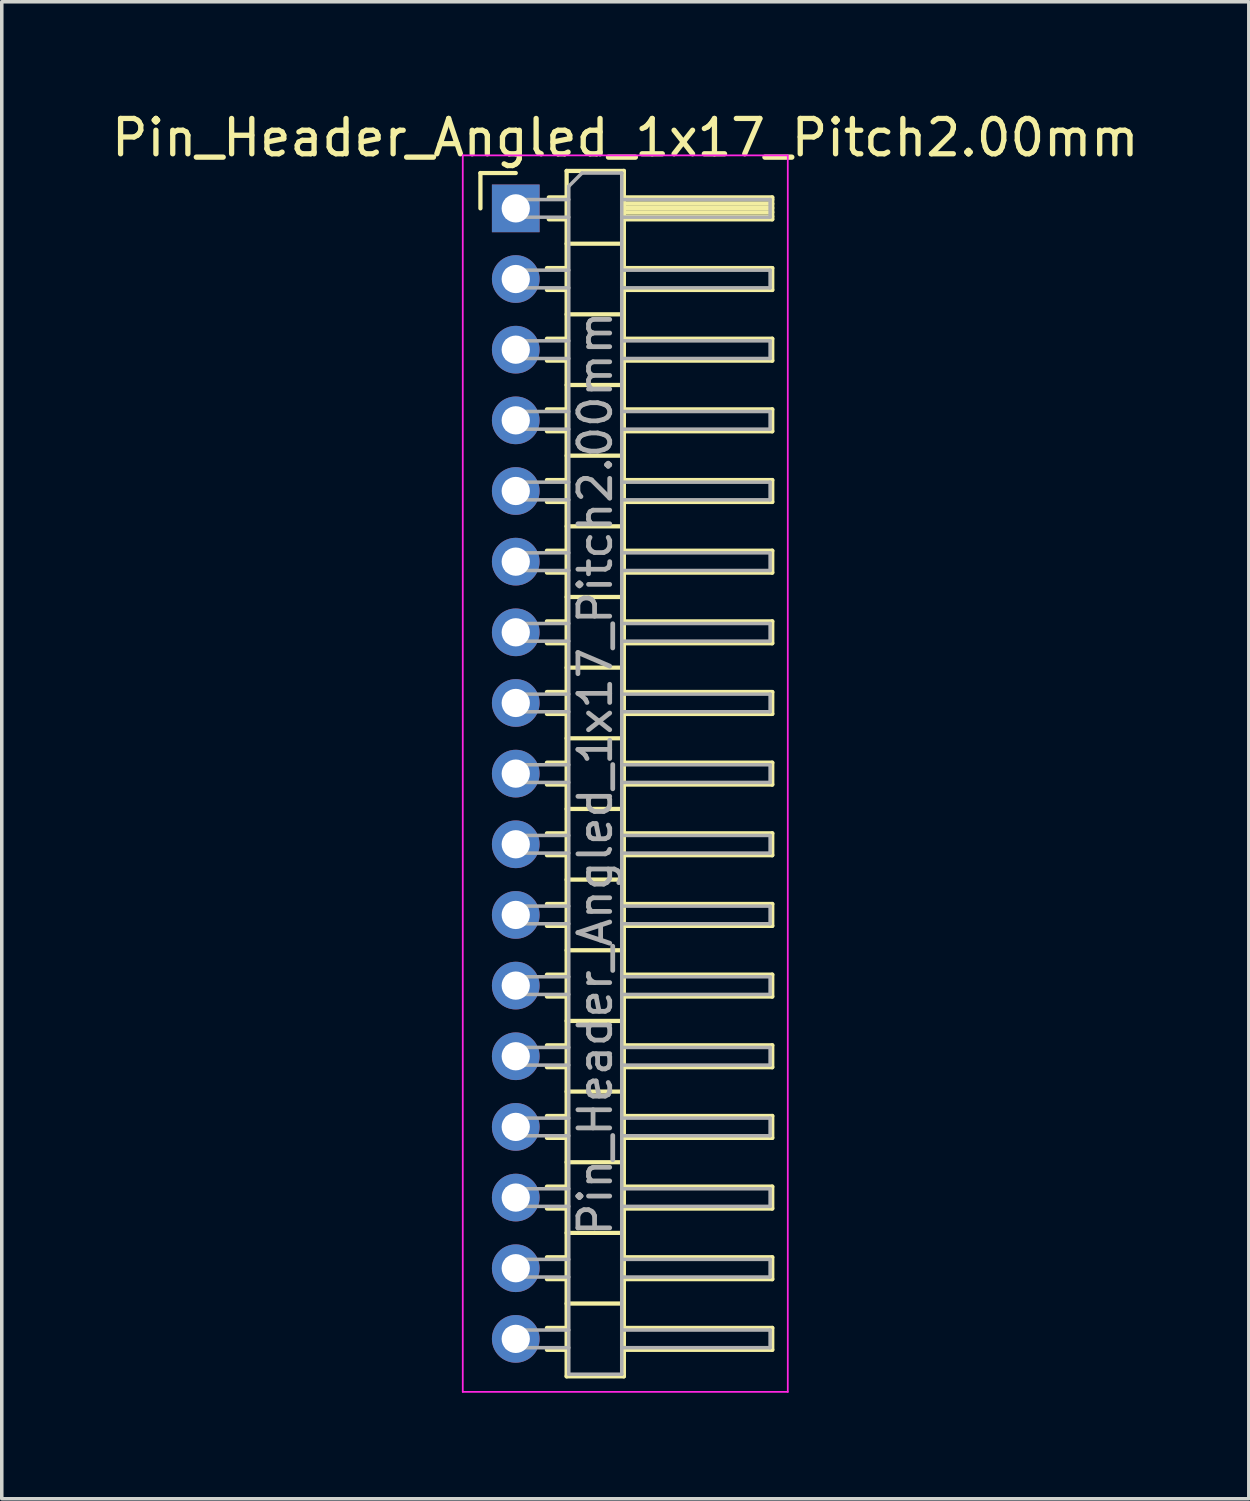
<source format=kicad_pcb>
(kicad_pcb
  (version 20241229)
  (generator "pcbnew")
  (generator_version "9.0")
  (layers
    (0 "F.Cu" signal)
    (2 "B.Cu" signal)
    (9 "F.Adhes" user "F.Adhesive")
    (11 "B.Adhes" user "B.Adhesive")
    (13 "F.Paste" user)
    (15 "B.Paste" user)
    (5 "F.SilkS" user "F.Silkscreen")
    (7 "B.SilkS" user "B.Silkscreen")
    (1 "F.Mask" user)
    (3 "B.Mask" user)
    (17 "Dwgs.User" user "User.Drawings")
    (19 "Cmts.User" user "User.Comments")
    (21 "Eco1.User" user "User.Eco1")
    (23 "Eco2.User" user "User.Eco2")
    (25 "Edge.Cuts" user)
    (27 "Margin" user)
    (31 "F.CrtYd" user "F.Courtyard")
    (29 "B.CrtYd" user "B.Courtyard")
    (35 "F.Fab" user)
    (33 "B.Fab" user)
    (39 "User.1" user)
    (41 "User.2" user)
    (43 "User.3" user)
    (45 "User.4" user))
  (footprint "Pin_Header_Angled_1x17_Pitch2.00mm"
    (layer "F.Cu")
    (at 11.549 2.848)
    (property "Reference" "Pin_Header_Angled_1x17_Pitch2.00mm" (at 3.1 -2 0) (layer "F.SilkS") (effects (font (size 1 1) (thickness 0.15))))
    (attr through_hole)
    (fp_line (start -1 -1) (end 0 -1) (stroke (width 0.12) (type solid)) (layer "F.SilkS"))
    (fp_line (start -1 0) (end -1 -1) (stroke (width 0.12) (type solid)) (layer "F.SilkS"))
    (fp_line (start 0.882 1.69) (end 1.44 1.69) (stroke (width 0.12) (type solid)) (layer "F.SilkS"))
    (fp_line (start 0.882 2.31) (end 1.44 2.31) (stroke (width 0.12) (type solid)) (layer "F.SilkS"))
    (fp_line (start 0.882 3.69) (end 1.44 3.69) (stroke (width 0.12) (type solid)) (layer "F.SilkS"))
    (fp_line (start 0.882 4.31) (end 1.44 4.31) (stroke (width 0.12) (type solid)) (layer "F.SilkS"))
    (fp_line (start 0.882 5.69) (end 1.44 5.69) (stroke (width 0.12) (type solid)) (layer "F.SilkS"))
    (fp_line (start 0.882 6.31) (end 1.44 6.31) (stroke (width 0.12) (type solid)) (layer "F.SilkS"))
    (fp_line (start 0.882 7.69) (end 1.44 7.69) (stroke (width 0.12) (type solid)) (layer "F.SilkS"))
    (fp_line (start 0.882 8.31) (end 1.44 8.31) (stroke (width 0.12) (type solid)) (layer "F.SilkS"))
    (fp_line (start 0.882 9.69) (end 1.44 9.69) (stroke (width 0.12) (type solid)) (layer "F.SilkS"))
    (fp_line (start 0.882 10.31) (end 1.44 10.31) (stroke (width 0.12) (type solid)) (layer "F.SilkS"))
    (fp_line (start 0.882 11.69) (end 1.44 11.69) (stroke (width 0.12) (type solid)) (layer "F.SilkS"))
    (fp_line (start 0.882 12.31) (end 1.44 12.31) (stroke (width 0.12) (type solid)) (layer "F.SilkS"))
    (fp_line (start 0.882 13.69) (end 1.44 13.69) (stroke (width 0.12) (type solid)) (layer "F.SilkS"))
    (fp_line (start 0.882 14.31) (end 1.44 14.31) (stroke (width 0.12) (type solid)) (layer "F.SilkS"))
    (fp_line (start 0.882 15.69) (end 1.44 15.69) (stroke (width 0.12) (type solid)) (layer "F.SilkS"))
    (fp_line (start 0.882 16.31) (end 1.44 16.31) (stroke (width 0.12) (type solid)) (layer "F.SilkS"))
    (fp_line (start 0.882 17.69) (end 1.44 17.69) (stroke (width 0.12) (type solid)) (layer "F.SilkS"))
    (fp_line (start 0.882 18.31) (end 1.44 18.31) (stroke (width 0.12) (type solid)) (layer "F.SilkS"))
    (fp_line (start 0.882 19.69) (end 1.44 19.69) (stroke (width 0.12) (type solid)) (layer "F.SilkS"))
    (fp_line (start 0.882 20.31) (end 1.44 20.31) (stroke (width 0.12) (type solid)) (layer "F.SilkS"))
    (fp_line (start 0.882 21.69) (end 1.44 21.69) (stroke (width 0.12) (type solid)) (layer "F.SilkS"))
    (fp_line (start 0.882 22.31) (end 1.44 22.31) (stroke (width 0.12) (type solid)) (layer "F.SilkS"))
    (fp_line (start 0.882 23.69) (end 1.44 23.69) (stroke (width 0.12) (type solid)) (layer "F.SilkS"))
    (fp_line (start 0.882 24.31) (end 1.44 24.31) (stroke (width 0.12) (type solid)) (layer "F.SilkS"))
    (fp_line (start 0.882 25.69) (end 1.44 25.69) (stroke (width 0.12) (type solid)) (layer "F.SilkS"))
    (fp_line (start 0.882 26.31) (end 1.44 26.31) (stroke (width 0.12) (type solid)) (layer "F.SilkS"))
    (fp_line (start 0.882 27.69) (end 1.44 27.69) (stroke (width 0.12) (type solid)) (layer "F.SilkS"))
    (fp_line (start 0.882 28.31) (end 1.44 28.31) (stroke (width 0.12) (type solid)) (layer "F.SilkS"))
    (fp_line (start 0.882 29.69) (end 1.44 29.69) (stroke (width 0.12) (type solid)) (layer "F.SilkS"))
    (fp_line (start 0.882 30.31) (end 1.44 30.31) (stroke (width 0.12) (type solid)) (layer "F.SilkS"))
    (fp_line (start 0.882 31.69) (end 1.44 31.69) (stroke (width 0.12) (type solid)) (layer "F.SilkS"))
    (fp_line (start 0.882 32.31) (end 1.44 32.31) (stroke (width 0.12) (type solid)) (layer "F.SilkS"))
    (fp_line (start 0.935 -0.31) (end 1.44 -0.31) (stroke (width 0.12) (type solid)) (layer "F.SilkS"))
    (fp_line (start 0.935 0.31) (end 1.44 0.31) (stroke (width 0.12) (type solid)) (layer "F.SilkS"))
    (fp_line (start 1.44 -1.06) (end 1.44 33.06) (stroke (width 0.12) (type solid)) (layer "F.SilkS"))
    (fp_line (start 1.44 1) (end 3.06 1) (stroke (width 0.12) (type solid)) (layer "F.SilkS"))
    (fp_line (start 1.44 3) (end 3.06 3) (stroke (width 0.12) (type solid)) (layer "F.SilkS"))
    (fp_line (start 1.44 5) (end 3.06 5) (stroke (width 0.12) (type solid)) (layer "F.SilkS"))
    (fp_line (start 1.44 7) (end 3.06 7) (stroke (width 0.12) (type solid)) (layer "F.SilkS"))
    (fp_line (start 1.44 9) (end 3.06 9) (stroke (width 0.12) (type solid)) (layer "F.SilkS"))
    (fp_line (start 1.44 11) (end 3.06 11) (stroke (width 0.12) (type solid)) (layer "F.SilkS"))
    (fp_line (start 1.44 13) (end 3.06 13) (stroke (width 0.12) (type solid)) (layer "F.SilkS"))
    (fp_line (start 1.44 15) (end 3.06 15) (stroke (width 0.12) (type solid)) (layer "F.SilkS"))
    (fp_line (start 1.44 17) (end 3.06 17) (stroke (width 0.12) (type solid)) (layer "F.SilkS"))
    (fp_line (start 1.44 19) (end 3.06 19) (stroke (width 0.12) (type solid)) (layer "F.SilkS"))
    (fp_line (start 1.44 21) (end 3.06 21) (stroke (width 0.12) (type solid)) (layer "F.SilkS"))
    (fp_line (start 1.44 23) (end 3.06 23) (stroke (width 0.12) (type solid)) (layer "F.SilkS"))
    (fp_line (start 1.44 25) (end 3.06 25) (stroke (width 0.12) (type solid)) (layer "F.SilkS"))
    (fp_line (start 1.44 27) (end 3.06 27) (stroke (width 0.12) (type solid)) (layer "F.SilkS"))
    (fp_line (start 1.44 29) (end 3.06 29) (stroke (width 0.12) (type solid)) (layer "F.SilkS"))
    (fp_line (start 1.44 31) (end 3.06 31) (stroke (width 0.12) (type solid)) (layer "F.SilkS"))
    (fp_line (start 1.44 33.06) (end 3.06 33.06) (stroke (width 0.12) (type solid)) (layer "F.SilkS"))
    (fp_line (start 3.06 -1.06) (end 1.44 -1.06) (stroke (width 0.12) (type solid)) (layer "F.SilkS"))
    (fp_line (start 3.06 -0.31) (end 7.26 -0.31) (stroke (width 0.12) (type solid)) (layer "F.SilkS"))
    (fp_line (start 3.06 -0.25) (end 7.26 -0.25) (stroke (width 0.12) (type solid)) (layer "F.SilkS"))
    (fp_line (start 3.06 -0.13) (end 7.26 -0.13) (stroke (width 0.12) (type solid)) (layer "F.SilkS"))
    (fp_line (start 3.06 -0.01) (end 7.26 -0.01) (stroke (width 0.12) (type solid)) (layer "F.SilkS"))
    (fp_line (start 3.06 0.11) (end 7.26 0.11) (stroke (width 0.12) (type solid)) (layer "F.SilkS"))
    (fp_line (start 3.06 0.23) (end 7.26 0.23) (stroke (width 0.12) (type solid)) (layer "F.SilkS"))
    (fp_line (start 3.06 1.69) (end 7.26 1.69) (stroke (width 0.12) (type solid)) (layer "F.SilkS"))
    (fp_line (start 3.06 3.69) (end 7.26 3.69) (stroke (width 0.12) (type solid)) (layer "F.SilkS"))
    (fp_line (start 3.06 5.69) (end 7.26 5.69) (stroke (width 0.12) (type solid)) (layer "F.SilkS"))
    (fp_line (start 3.06 7.69) (end 7.26 7.69) (stroke (width 0.12) (type solid)) (layer "F.SilkS"))
    (fp_line (start 3.06 9.69) (end 7.26 9.69) (stroke (width 0.12) (type solid)) (layer "F.SilkS"))
    (fp_line (start 3.06 11.69) (end 7.26 11.69) (stroke (width 0.12) (type solid)) (layer "F.SilkS"))
    (fp_line (start 3.06 13.69) (end 7.26 13.69) (stroke (width 0.12) (type solid)) (layer "F.SilkS"))
    (fp_line (start 3.06 15.69) (end 7.26 15.69) (stroke (width 0.12) (type solid)) (layer "F.SilkS"))
    (fp_line (start 3.06 17.69) (end 7.26 17.69) (stroke (width 0.12) (type solid)) (layer "F.SilkS"))
    (fp_line (start 3.06 19.69) (end 7.26 19.69) (stroke (width 0.12) (type solid)) (layer "F.SilkS"))
    (fp_line (start 3.06 21.69) (end 7.26 21.69) (stroke (width 0.12) (type solid)) (layer "F.SilkS"))
    (fp_line (start 3.06 23.69) (end 7.26 23.69) (stroke (width 0.12) (type solid)) (layer "F.SilkS"))
    (fp_line (start 3.06 25.69) (end 7.26 25.69) (stroke (width 0.12) (type solid)) (layer "F.SilkS"))
    (fp_line (start 3.06 27.69) (end 7.26 27.69) (stroke (width 0.12) (type solid)) (layer "F.SilkS"))
    (fp_line (start 3.06 29.69) (end 7.26 29.69) (stroke (width 0.12) (type solid)) (layer "F.SilkS"))
    (fp_line (start 3.06 31.69) (end 7.26 31.69) (stroke (width 0.12) (type solid)) (layer "F.SilkS"))
    (fp_line (start 3.06 33.06) (end 3.06 -1.06) (stroke (width 0.12) (type solid)) (layer "F.SilkS"))
    (fp_line (start 7.26 -0.31) (end 7.26 0.31) (stroke (width 0.12) (type solid)) (layer "F.SilkS"))
    (fp_line (start 7.26 0.31) (end 3.06 0.31) (stroke (width 0.12) (type solid)) (layer "F.SilkS"))
    (fp_line (start 7.26 1.69) (end 7.26 2.31) (stroke (width 0.12) (type solid)) (layer "F.SilkS"))
    (fp_line (start 7.26 2.31) (end 3.06 2.31) (stroke (width 0.12) (type solid)) (layer "F.SilkS"))
    (fp_line (start 7.26 3.69) (end 7.26 4.31) (stroke (width 0.12) (type solid)) (layer "F.SilkS"))
    (fp_line (start 7.26 4.31) (end 3.06 4.31) (stroke (width 0.12) (type solid)) (layer "F.SilkS"))
    (fp_line (start 7.26 5.69) (end 7.26 6.31) (stroke (width 0.12) (type solid)) (layer "F.SilkS"))
    (fp_line (start 7.26 6.31) (end 3.06 6.31) (stroke (width 0.12) (type solid)) (layer "F.SilkS"))
    (fp_line (start 7.26 7.69) (end 7.26 8.31) (stroke (width 0.12) (type solid)) (layer "F.SilkS"))
    (fp_line (start 7.26 8.31) (end 3.06 8.31) (stroke (width 0.12) (type solid)) (layer "F.SilkS"))
    (fp_line (start 7.26 9.69) (end 7.26 10.31) (stroke (width 0.12) (type solid)) (layer "F.SilkS"))
    (fp_line (start 7.26 10.31) (end 3.06 10.31) (stroke (width 0.12) (type solid)) (layer "F.SilkS"))
    (fp_line (start 7.26 11.69) (end 7.26 12.31) (stroke (width 0.12) (type solid)) (layer "F.SilkS"))
    (fp_line (start 7.26 12.31) (end 3.06 12.31) (stroke (width 0.12) (type solid)) (layer "F.SilkS"))
    (fp_line (start 7.26 13.69) (end 7.26 14.31) (stroke (width 0.12) (type solid)) (layer "F.SilkS"))
    (fp_line (start 7.26 14.31) (end 3.06 14.31) (stroke (width 0.12) (type solid)) (layer "F.SilkS"))
    (fp_line (start 7.26 15.69) (end 7.26 16.31) (stroke (width 0.12) (type solid)) (layer "F.SilkS"))
    (fp_line (start 7.26 16.31) (end 3.06 16.31) (stroke (width 0.12) (type solid)) (layer "F.SilkS"))
    (fp_line (start 7.26 17.69) (end 7.26 18.31) (stroke (width 0.12) (type solid)) (layer "F.SilkS"))
    (fp_line (start 7.26 18.31) (end 3.06 18.31) (stroke (width 0.12) (type solid)) (layer "F.SilkS"))
    (fp_line (start 7.26 19.69) (end 7.26 20.31) (stroke (width 0.12) (type solid)) (layer "F.SilkS"))
    (fp_line (start 7.26 20.31) (end 3.06 20.31) (stroke (width 0.12) (type solid)) (layer "F.SilkS"))
    (fp_line (start 7.26 21.69) (end 7.26 22.31) (stroke (width 0.12) (type solid)) (layer "F.SilkS"))
    (fp_line (start 7.26 22.31) (end 3.06 22.31) (stroke (width 0.12) (type solid)) (layer "F.SilkS"))
    (fp_line (start 7.26 23.69) (end 7.26 24.31) (stroke (width 0.12) (type solid)) (layer "F.SilkS"))
    (fp_line (start 7.26 24.31) (end 3.06 24.31) (stroke (width 0.12) (type solid)) (layer "F.SilkS"))
    (fp_line (start 7.26 25.69) (end 7.26 26.31) (stroke (width 0.12) (type solid)) (layer "F.SilkS"))
    (fp_line (start 7.26 26.31) (end 3.06 26.31) (stroke (width 0.12) (type solid)) (layer "F.SilkS"))
    (fp_line (start 7.26 27.69) (end 7.26 28.31) (stroke (width 0.12) (type solid)) (layer "F.SilkS"))
    (fp_line (start 7.26 28.31) (end 3.06 28.31) (stroke (width 0.12) (type solid)) (layer "F.SilkS"))
    (fp_line (start 7.26 29.69) (end 7.26 30.31) (stroke (width 0.12) (type solid)) (layer "F.SilkS"))
    (fp_line (start 7.26 30.31) (end 3.06 30.31) (stroke (width 0.12) (type solid)) (layer "F.SilkS"))
    (fp_line (start 7.26 31.69) (end 7.26 32.31) (stroke (width 0.12) (type solid)) (layer "F.SilkS"))
    (fp_line (start 7.26 32.31) (end 3.06 32.31) (stroke (width 0.12) (type solid)) (layer "F.SilkS"))
    (fp_line (start -1.5 -1.5) (end -1.5 33.5) (stroke (width 0.05) (type solid)) (layer "F.CrtYd"))
    (fp_line (start -1.5 33.5) (end 7.7 33.5) (stroke (width 0.05) (type solid)) (layer "F.CrtYd"))
    (fp_line (start 7.7 -1.5) (end -1.5 -1.5) (stroke (width 0.05) (type solid)) (layer "F.CrtYd"))
    (fp_line (start 7.7 33.5) (end 7.7 -1.5) (stroke (width 0.05) (type solid)) (layer "F.CrtYd"))
    (fp_line (start -0.25 -0.25) (end -0.25 0.25) (stroke (width 0.1) (type solid)) (layer "F.Fab"))
    (fp_line (start -0.25 -0.25) (end 1.5 -0.25) (stroke (width 0.1) (type solid)) (layer "F.Fab"))
    (fp_line (start -0.25 0.25) (end 1.5 0.25) (stroke (width 0.1) (type solid)) (layer "F.Fab"))
    (fp_line (start -0.25 1.75) (end -0.25 2.25) (stroke (width 0.1) (type solid)) (layer "F.Fab"))
    (fp_line (start -0.25 1.75) (end 1.5 1.75) (stroke (width 0.1) (type solid)) (layer "F.Fab"))
    (fp_line (start -0.25 2.25) (end 1.5 2.25) (stroke (width 0.1) (type solid)) (layer "F.Fab"))
    (fp_line (start -0.25 3.75) (end -0.25 4.25) (stroke (width 0.1) (type solid)) (layer "F.Fab"))
    (fp_line (start -0.25 3.75) (end 1.5 3.75) (stroke (width 0.1) (type solid)) (layer "F.Fab"))
    (fp_line (start -0.25 4.25) (end 1.5 4.25) (stroke (width 0.1) (type solid)) (layer "F.Fab"))
    (fp_line (start -0.25 5.75) (end -0.25 6.25) (stroke (width 0.1) (type solid)) (layer "F.Fab"))
    (fp_line (start -0.25 5.75) (end 1.5 5.75) (stroke (width 0.1) (type solid)) (layer "F.Fab"))
    (fp_line (start -0.25 6.25) (end 1.5 6.25) (stroke (width 0.1) (type solid)) (layer "F.Fab"))
    (fp_line (start -0.25 7.75) (end -0.25 8.25) (stroke (width 0.1) (type solid)) (layer "F.Fab"))
    (fp_line (start -0.25 7.75) (end 1.5 7.75) (stroke (width 0.1) (type solid)) (layer "F.Fab"))
    (fp_line (start -0.25 8.25) (end 1.5 8.25) (stroke (width 0.1) (type solid)) (layer "F.Fab"))
    (fp_line (start -0.25 9.75) (end -0.25 10.25) (stroke (width 0.1) (type solid)) (layer "F.Fab"))
    (fp_line (start -0.25 9.75) (end 1.5 9.75) (stroke (width 0.1) (type solid)) (layer "F.Fab"))
    (fp_line (start -0.25 10.25) (end 1.5 10.25) (stroke (width 0.1) (type solid)) (layer "F.Fab"))
    (fp_line (start -0.25 11.75) (end -0.25 12.25) (stroke (width 0.1) (type solid)) (layer "F.Fab"))
    (fp_line (start -0.25 11.75) (end 1.5 11.75) (stroke (width 0.1) (type solid)) (layer "F.Fab"))
    (fp_line (start -0.25 12.25) (end 1.5 12.25) (stroke (width 0.1) (type solid)) (layer "F.Fab"))
    (fp_line (start -0.25 13.75) (end -0.25 14.25) (stroke (width 0.1) (type solid)) (layer "F.Fab"))
    (fp_line (start -0.25 13.75) (end 1.5 13.75) (stroke (width 0.1) (type solid)) (layer "F.Fab"))
    (fp_line (start -0.25 14.25) (end 1.5 14.25) (stroke (width 0.1) (type solid)) (layer "F.Fab"))
    (fp_line (start -0.25 15.75) (end -0.25 16.25) (stroke (width 0.1) (type solid)) (layer "F.Fab"))
    (fp_line (start -0.25 15.75) (end 1.5 15.75) (stroke (width 0.1) (type solid)) (layer "F.Fab"))
    (fp_line (start -0.25 16.25) (end 1.5 16.25) (stroke (width 0.1) (type solid)) (layer "F.Fab"))
    (fp_line (start -0.25 17.75) (end -0.25 18.25) (stroke (width 0.1) (type solid)) (layer "F.Fab"))
    (fp_line (start -0.25 17.75) (end 1.5 17.75) (stroke (width 0.1) (type solid)) (layer "F.Fab"))
    (fp_line (start -0.25 18.25) (end 1.5 18.25) (stroke (width 0.1) (type solid)) (layer "F.Fab"))
    (fp_line (start -0.25 19.75) (end -0.25 20.25) (stroke (width 0.1) (type solid)) (layer "F.Fab"))
    (fp_line (start -0.25 19.75) (end 1.5 19.75) (stroke (width 0.1) (type solid)) (layer "F.Fab"))
    (fp_line (start -0.25 20.25) (end 1.5 20.25) (stroke (width 0.1) (type solid)) (layer "F.Fab"))
    (fp_line (start -0.25 21.75) (end -0.25 22.25) (stroke (width 0.1) (type solid)) (layer "F.Fab"))
    (fp_line (start -0.25 21.75) (end 1.5 21.75) (stroke (width 0.1) (type solid)) (layer "F.Fab"))
    (fp_line (start -0.25 22.25) (end 1.5 22.25) (stroke (width 0.1) (type solid)) (layer "F.Fab"))
    (fp_line (start -0.25 23.75) (end -0.25 24.25) (stroke (width 0.1) (type solid)) (layer "F.Fab"))
    (fp_line (start -0.25 23.75) (end 1.5 23.75) (stroke (width 0.1) (type solid)) (layer "F.Fab"))
    (fp_line (start -0.25 24.25) (end 1.5 24.25) (stroke (width 0.1) (type solid)) (layer "F.Fab"))
    (fp_line (start -0.25 25.75) (end -0.25 26.25) (stroke (width 0.1) (type solid)) (layer "F.Fab"))
    (fp_line (start -0.25 25.75) (end 1.5 25.75) (stroke (width 0.1) (type solid)) (layer "F.Fab"))
    (fp_line (start -0.25 26.25) (end 1.5 26.25) (stroke (width 0.1) (type solid)) (layer "F.Fab"))
    (fp_line (start -0.25 27.75) (end -0.25 28.25) (stroke (width 0.1) (type solid)) (layer "F.Fab"))
    (fp_line (start -0.25 27.75) (end 1.5 27.75) (stroke (width 0.1) (type solid)) (layer "F.Fab"))
    (fp_line (start -0.25 28.25) (end 1.5 28.25) (stroke (width 0.1) (type solid)) (layer "F.Fab"))
    (fp_line (start -0.25 29.75) (end -0.25 30.25) (stroke (width 0.1) (type solid)) (layer "F.Fab"))
    (fp_line (start -0.25 29.75) (end 1.5 29.75) (stroke (width 0.1) (type solid)) (layer "F.Fab"))
    (fp_line (start -0.25 30.25) (end 1.5 30.25) (stroke (width 0.1) (type solid)) (layer "F.Fab"))
    (fp_line (start -0.25 31.75) (end -0.25 32.25) (stroke (width 0.1) (type solid)) (layer "F.Fab"))
    (fp_line (start -0.25 31.75) (end 1.5 31.75) (stroke (width 0.1) (type solid)) (layer "F.Fab"))
    (fp_line (start -0.25 32.25) (end 1.5 32.25) (stroke (width 0.1) (type solid)) (layer "F.Fab"))
    (fp_line (start 1.5 -0.625) (end 1.875 -1) (stroke (width 0.1) (type solid)) (layer "F.Fab"))
    (fp_line (start 1.5 33) (end 1.5 -0.625) (stroke (width 0.1) (type solid)) (layer "F.Fab"))
    (fp_line (start 1.875 -1) (end 3 -1) (stroke (width 0.1) (type solid)) (layer "F.Fab"))
    (fp_line (start 3 -1) (end 3 33) (stroke (width 0.1) (type solid)) (layer "F.Fab"))
    (fp_line (start 3 -0.25) (end 7.2 -0.25) (stroke (width 0.1) (type solid)) (layer "F.Fab"))
    (fp_line (start 3 0.25) (end 7.2 0.25) (stroke (width 0.1) (type solid)) (layer "F.Fab"))
    (fp_line (start 3 1.75) (end 7.2 1.75) (stroke (width 0.1) (type solid)) (layer "F.Fab"))
    (fp_line (start 3 2.25) (end 7.2 2.25) (stroke (width 0.1) (type solid)) (layer "F.Fab"))
    (fp_line (start 3 3.75) (end 7.2 3.75) (stroke (width 0.1) (type solid)) (layer "F.Fab"))
    (fp_line (start 3 4.25) (end 7.2 4.25) (stroke (width 0.1) (type solid)) (layer "F.Fab"))
    (fp_line (start 3 5.75) (end 7.2 5.75) (stroke (width 0.1) (type solid)) (layer "F.Fab"))
    (fp_line (start 3 6.25) (end 7.2 6.25) (stroke (width 0.1) (type solid)) (layer "F.Fab"))
    (fp_line (start 3 7.75) (end 7.2 7.75) (stroke (width 0.1) (type solid)) (layer "F.Fab"))
    (fp_line (start 3 8.25) (end 7.2 8.25) (stroke (width 0.1) (type solid)) (layer "F.Fab"))
    (fp_line (start 3 9.75) (end 7.2 9.75) (stroke (width 0.1) (type solid)) (layer "F.Fab"))
    (fp_line (start 3 10.25) (end 7.2 10.25) (stroke (width 0.1) (type solid)) (layer "F.Fab"))
    (fp_line (start 3 11.75) (end 7.2 11.75) (stroke (width 0.1) (type solid)) (layer "F.Fab"))
    (fp_line (start 3 12.25) (end 7.2 12.25) (stroke (width 0.1) (type solid)) (layer "F.Fab"))
    (fp_line (start 3 13.75) (end 7.2 13.75) (stroke (width 0.1) (type solid)) (layer "F.Fab"))
    (fp_line (start 3 14.25) (end 7.2 14.25) (stroke (width 0.1) (type solid)) (layer "F.Fab"))
    (fp_line (start 3 15.75) (end 7.2 15.75) (stroke (width 0.1) (type solid)) (layer "F.Fab"))
    (fp_line (start 3 16.25) (end 7.2 16.25) (stroke (width 0.1) (type solid)) (layer "F.Fab"))
    (fp_line (start 3 17.75) (end 7.2 17.75) (stroke (width 0.1) (type solid)) (layer "F.Fab"))
    (fp_line (start 3 18.25) (end 7.2 18.25) (stroke (width 0.1) (type solid)) (layer "F.Fab"))
    (fp_line (start 3 19.75) (end 7.2 19.75) (stroke (width 0.1) (type solid)) (layer "F.Fab"))
    (fp_line (start 3 20.25) (end 7.2 20.25) (stroke (width 0.1) (type solid)) (layer "F.Fab"))
    (fp_line (start 3 21.75) (end 7.2 21.75) (stroke (width 0.1) (type solid)) (layer "F.Fab"))
    (fp_line (start 3 22.25) (end 7.2 22.25) (stroke (width 0.1) (type solid)) (layer "F.Fab"))
    (fp_line (start 3 23.75) (end 7.2 23.75) (stroke (width 0.1) (type solid)) (layer "F.Fab"))
    (fp_line (start 3 24.25) (end 7.2 24.25) (stroke (width 0.1) (type solid)) (layer "F.Fab"))
    (fp_line (start 3 25.75) (end 7.2 25.75) (stroke (width 0.1) (type solid)) (layer "F.Fab"))
    (fp_line (start 3 26.25) (end 7.2 26.25) (stroke (width 0.1) (type solid)) (layer "F.Fab"))
    (fp_line (start 3 27.75) (end 7.2 27.75) (stroke (width 0.1) (type solid)) (layer "F.Fab"))
    (fp_line (start 3 28.25) (end 7.2 28.25) (stroke (width 0.1) (type solid)) (layer "F.Fab"))
    (fp_line (start 3 29.75) (end 7.2 29.75) (stroke (width 0.1) (type solid)) (layer "F.Fab"))
    (fp_line (start 3 30.25) (end 7.2 30.25) (stroke (width 0.1) (type solid)) (layer "F.Fab"))
    (fp_line (start 3 31.75) (end 7.2 31.75) (stroke (width 0.1) (type solid)) (layer "F.Fab"))
    (fp_line (start 3 32.25) (end 7.2 32.25) (stroke (width 0.1) (type solid)) (layer "F.Fab"))
    (fp_line (start 3 33) (end 1.5 33) (stroke (width 0.1) (type solid)) (layer "F.Fab"))
    (fp_line (start 7.2 -0.25) (end 7.2 0.25) (stroke (width 0.1) (type solid)) (layer "F.Fab"))
    (fp_line (start 7.2 1.75) (end 7.2 2.25) (stroke (width 0.1) (type solid)) (layer "F.Fab"))
    (fp_line (start 7.2 3.75) (end 7.2 4.25) (stroke (width 0.1) (type solid)) (layer "F.Fab"))
    (fp_line (start 7.2 5.75) (end 7.2 6.25) (stroke (width 0.1) (type solid)) (layer "F.Fab"))
    (fp_line (start 7.2 7.75) (end 7.2 8.25) (stroke (width 0.1) (type solid)) (layer "F.Fab"))
    (fp_line (start 7.2 9.75) (end 7.2 10.25) (stroke (width 0.1) (type solid)) (layer "F.Fab"))
    (fp_line (start 7.2 11.75) (end 7.2 12.25) (stroke (width 0.1) (type solid)) (layer "F.Fab"))
    (fp_line (start 7.2 13.75) (end 7.2 14.25) (stroke (width 0.1) (type solid)) (layer "F.Fab"))
    (fp_line (start 7.2 15.75) (end 7.2 16.25) (stroke (width 0.1) (type solid)) (layer "F.Fab"))
    (fp_line (start 7.2 17.75) (end 7.2 18.25) (stroke (width 0.1) (type solid)) (layer "F.Fab"))
    (fp_line (start 7.2 19.75) (end 7.2 20.25) (stroke (width 0.1) (type solid)) (layer "F.Fab"))
    (fp_line (start 7.2 21.75) (end 7.2 22.25) (stroke (width 0.1) (type solid)) (layer "F.Fab"))
    (fp_line (start 7.2 23.75) (end 7.2 24.25) (stroke (width 0.1) (type solid)) (layer "F.Fab"))
    (fp_line (start 7.2 25.75) (end 7.2 26.25) (stroke (width 0.1) (type solid)) (layer "F.Fab"))
    (fp_line (start 7.2 27.75) (end 7.2 28.25) (stroke (width 0.1) (type solid)) (layer "F.Fab"))
    (fp_line (start 7.2 29.75) (end 7.2 30.25) (stroke (width 0.1) (type solid)) (layer "F.Fab"))
    (fp_line (start 7.2 31.75) (end 7.2 32.25) (stroke (width 0.1) (type solid)) (layer "F.Fab"))
    (fp_text user "${REFERENCE}" (at 2.25 16 90) (layer "F.Fab") (effects (font (size 0.9 0.9) (thickness 0.135))))
    (pad "1" thru_hole rect (at 0 0) (size 1.35 1.35) (drill 0.8) (layers "*.Cu" "*.Mask"))
    (pad "2" thru_hole oval (at 0 2) (size 1.35 1.35) (drill 0.8) (layers "*.Cu" "*.Mask"))
    (pad "3" thru_hole oval (at 0 4) (size 1.35 1.35) (drill 0.8) (layers "*.Cu" "*.Mask"))
    (pad "4" thru_hole oval (at 0 6) (size 1.35 1.35) (drill 0.8) (layers "*.Cu" "*.Mask"))
    (pad "5" thru_hole oval (at 0 8) (size 1.35 1.35) (drill 0.8) (layers "*.Cu" "*.Mask"))
    (pad "6" thru_hole oval (at 0 10) (size 1.35 1.35) (drill 0.8) (layers "*.Cu" "*.Mask"))
    (pad "7" thru_hole oval (at 0 12) (size 1.35 1.35) (drill 0.8) (layers "*.Cu" "*.Mask"))
    (pad "8" thru_hole oval (at 0 14) (size 1.35 1.35) (drill 0.8) (layers "*.Cu" "*.Mask"))
    (pad "9" thru_hole oval (at 0 16) (size 1.35 1.35) (drill 0.8) (layers "*.Cu" "*.Mask"))
    (pad "10" thru_hole oval (at 0 18) (size 1.35 1.35) (drill 0.8) (layers "*.Cu" "*.Mask"))
    (pad "11" thru_hole oval (at 0 20) (size 1.35 1.35) (drill 0.8) (layers "*.Cu" "*.Mask"))
    (pad "12" thru_hole oval (at 0 22) (size 1.35 1.35) (drill 0.8) (layers "*.Cu" "*.Mask"))
    (pad "13" thru_hole oval (at 0 24) (size 1.35 1.35) (drill 0.8) (layers "*.Cu" "*.Mask"))
    (pad "14" thru_hole oval (at 0 26) (size 1.35 1.35) (drill 0.8) (layers "*.Cu" "*.Mask"))
    (pad "15" thru_hole oval (at 0 28) (size 1.35 1.35) (drill 0.8) (layers "*.Cu" "*.Mask"))
    (pad "16" thru_hole oval (at 0 30) (size 1.35 1.35) (drill 0.8) (layers "*.Cu" "*.Mask"))
    (pad "17" thru_hole oval (at 0 32) (size 1.35 1.35) (drill 0.8) (layers "*.Cu" "*.Mask")))
  (gr_rect
    (start -3 -3)
    (end 32.298 39.373)
    (stroke (width 0.1) (type default))
    (fill no)
    (layer "Edge.Cuts")))
</source>
